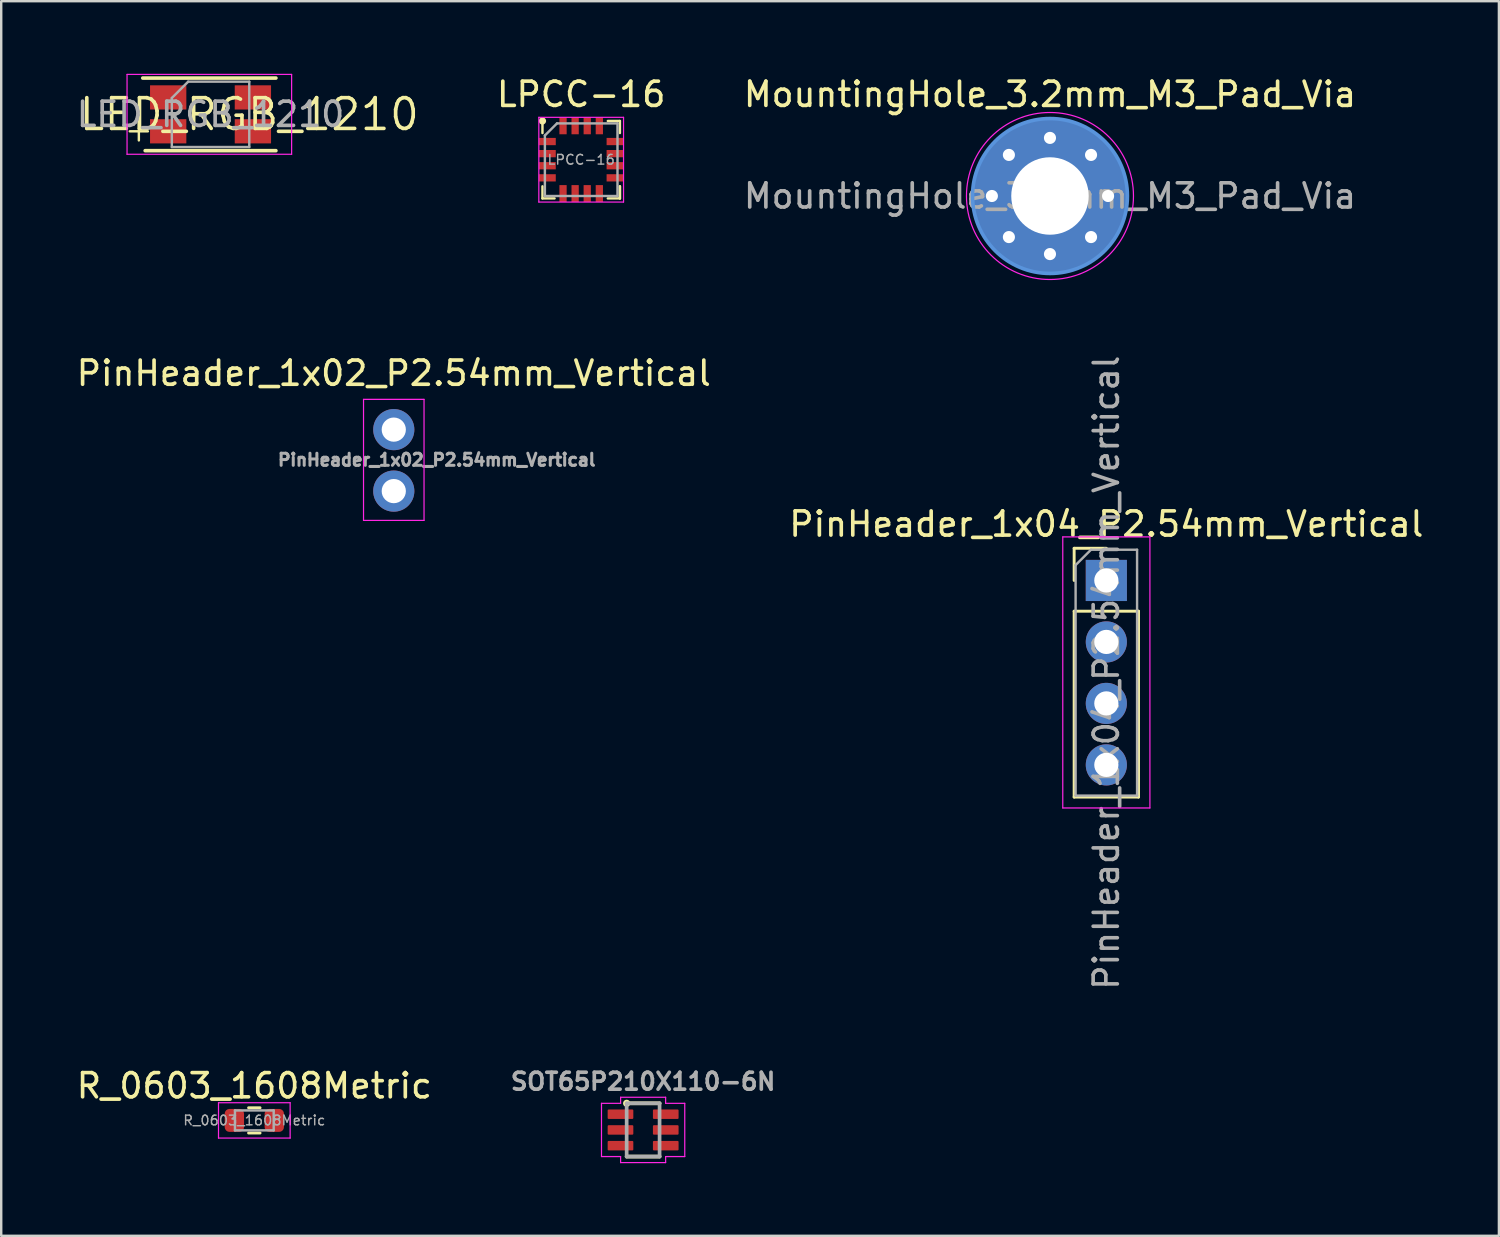
<source format=kicad_pcb>
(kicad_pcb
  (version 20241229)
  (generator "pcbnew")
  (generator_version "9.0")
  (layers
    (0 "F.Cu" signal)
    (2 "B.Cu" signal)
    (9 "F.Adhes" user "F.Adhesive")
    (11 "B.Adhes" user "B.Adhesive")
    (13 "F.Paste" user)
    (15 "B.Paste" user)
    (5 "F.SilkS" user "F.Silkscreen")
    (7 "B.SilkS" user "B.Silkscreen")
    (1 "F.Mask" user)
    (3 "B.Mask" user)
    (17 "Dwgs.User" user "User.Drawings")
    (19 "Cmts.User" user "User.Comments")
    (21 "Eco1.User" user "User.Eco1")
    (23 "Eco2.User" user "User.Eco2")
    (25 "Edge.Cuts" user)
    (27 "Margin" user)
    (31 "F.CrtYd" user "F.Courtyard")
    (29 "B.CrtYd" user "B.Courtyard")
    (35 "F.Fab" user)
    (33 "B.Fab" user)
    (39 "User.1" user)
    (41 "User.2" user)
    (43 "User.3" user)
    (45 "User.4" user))
  (footprint "PinHeader_1x04_P2.54mm_Vertical"
    (layer "F.Cu")
    (at 42.661 20.933)
    (property "Reference" "PinHeader_1x04_P2.54mm_Vertical" (at 0 -2.33 0) (layer "F.SilkS") (effects (font (size 1 1) (thickness 0.15))))
    (attr through_hole)
    (fp_line (start -1.33 -1.33) (end 0 -1.33) (stroke (width 0.12) (type solid)) (layer "F.SilkS"))
    (fp_line (start -1.33 0) (end -1.33 -1.33) (stroke (width 0.12) (type solid)) (layer "F.SilkS"))
    (fp_line (start -1.33 1.27) (end -1.33 8.95) (stroke (width 0.12) (type solid)) (layer "F.SilkS"))
    (fp_line (start -1.33 1.27) (end 1.33 1.27) (stroke (width 0.12) (type solid)) (layer "F.SilkS"))
    (fp_line (start -1.33 8.95) (end 1.33 8.95) (stroke (width 0.12) (type solid)) (layer "F.SilkS"))
    (fp_line (start 1.33 1.27) (end 1.33 8.95) (stroke (width 0.12) (type solid)) (layer "F.SilkS"))
    (fp_line (start -1.8 -1.8) (end -1.8 9.4) (stroke (width 0.05) (type solid)) (layer "F.CrtYd"))
    (fp_line (start -1.8 9.4) (end 1.8 9.4) (stroke (width 0.05) (type solid)) (layer "F.CrtYd"))
    (fp_line (start 1.8 -1.8) (end -1.8 -1.8) (stroke (width 0.05) (type solid)) (layer "F.CrtYd"))
    (fp_line (start 1.8 9.4) (end 1.8 -1.8) (stroke (width 0.05) (type solid)) (layer "F.CrtYd"))
    (fp_line (start -1.27 -0.635) (end -0.635 -1.27) (stroke (width 0.1) (type solid)) (layer "F.Fab"))
    (fp_line (start -1.27 8.89) (end -1.27 -0.635) (stroke (width 0.1) (type solid)) (layer "F.Fab"))
    (fp_line (start -0.635 -1.27) (end 1.27 -1.27) (stroke (width 0.1) (type solid)) (layer "F.Fab"))
    (fp_line (start 1.27 -1.27) (end 1.27 8.89) (stroke (width 0.1) (type solid)) (layer "F.Fab"))
    (fp_line (start 1.27 8.89) (end -1.27 8.89) (stroke (width 0.1) (type solid)) (layer "F.Fab"))
    (fp_text user "${REFERENCE}" (at 0 3.81 90) (layer "F.Fab") (effects (font (size 1 1) (thickness 0.15))))
    (pad "1" thru_hole rect (at 0 0) (size 1.7 1.7) (drill 1) (layers "*.Cu" "*.Mask"))
    (pad "2" thru_hole oval (at 0 2.54) (size 1.7 1.7) (drill 1) (layers "*.Cu" "*.Mask"))
    (pad "3" thru_hole oval (at 0 5.08) (size 1.7 1.7) (drill 1) (layers "*.Cu" "*.Mask"))
    (pad "4" thru_hole oval (at 0 7.62) (size 1.7 1.7) (drill 1) (layers "*.Cu" "*.Mask")))
  (footprint "MountingHole_3.2mm_M3_Pad_Via"
    (layer "F.Cu")
    (at 40.332 5.048)
    (property "Reference" "MountingHole_3.2mm_M3_Pad_Via" (at 0 -4.2 0) (layer "F.SilkS") (effects (font (size 1 1) (thickness 0.15))))
    (attr exclude_from_pos_files exclude_from_bom)
    (fp_circle (center 0 0) (end 3.2 0) (stroke (width 0.15) (type solid)) (fill no) (layer "Cmts.User"))
    (fp_circle (center 0 0) (end 3.45 0) (stroke (width 0.05) (type solid)) (fill no) (layer "F.CrtYd"))
    (fp_text user "${REFERENCE}" (at 0 0 0) (layer "F.Fab") (effects (font (size 1 1) (thickness 0.15))))
    (pad "1" thru_hole circle (at -2.4 0) (size 0.8 0.8) (drill 0.5) (layers "*.Cu" "*.Mask"))
    (pad "1" thru_hole circle (at -1.697 -1.697) (size 0.8 0.8) (drill 0.5) (layers "*.Cu" "*.Mask"))
    (pad "1" thru_hole circle (at -1.697 1.697) (size 0.8 0.8) (drill 0.5) (layers "*.Cu" "*.Mask"))
    (pad "1" thru_hole circle (at 0 -2.4) (size 0.8 0.8) (drill 0.5) (layers "*.Cu" "*.Mask"))
    (pad "1" thru_hole circle (at 0 0) (size 6.4 6.4) (drill 3.2) (layers "*.Cu" "*.Mask"))
    (pad "1" thru_hole circle (at 0 2.4) (size 0.8 0.8) (drill 0.5) (layers "*.Cu" "*.Mask"))
    (pad "1" thru_hole circle (at 1.697 -1.697) (size 0.8 0.8) (drill 0.5) (layers "*.Cu" "*.Mask"))
    (pad "1" thru_hole circle (at 1.697 1.697) (size 0.8 0.8) (drill 0.5) (layers "*.Cu" "*.Mask"))
    (pad "1" thru_hole circle (at 2.4 0) (size 0.8 0.8) (drill 0.5) (layers "*.Cu" "*.Mask")))
  (footprint "R_0603_1608Metric"
    (layer "F.Cu")
    (at 7.458 43.242)
    (property "Reference" "R_0603_1608Metric" (at 0 -1.43 180) (layer "F.SilkS") (effects (font (size 1 1) (thickness 0.15))))
    (attr smd)
    (fp_line (start -0.237 -0.522) (end 0.237 -0.522) (stroke (width 0.12) (type solid)) (layer "F.SilkS"))
    (fp_line (start -0.237 0.522) (end 0.237 0.522) (stroke (width 0.12) (type solid)) (layer "F.SilkS"))
    (fp_line (start -1.48 -0.73) (end 1.48 -0.73) (stroke (width 0.05) (type solid)) (layer "F.CrtYd"))
    (fp_line (start -1.48 0.73) (end -1.48 -0.73) (stroke (width 0.05) (type solid)) (layer "F.CrtYd"))
    (fp_line (start 1.48 -0.73) (end 1.48 0.73) (stroke (width 0.05) (type solid)) (layer "F.CrtYd"))
    (fp_line (start 1.48 0.73) (end -1.48 0.73) (stroke (width 0.05) (type solid)) (layer "F.CrtYd"))
    (fp_line (start -0.8 -0.412) (end 0.8 -0.412) (stroke (width 0.1) (type solid)) (layer "F.Fab"))
    (fp_line (start -0.8 0.412) (end -0.8 -0.412) (stroke (width 0.1) (type solid)) (layer "F.Fab"))
    (fp_line (start 0.8 -0.412) (end 0.8 0.412) (stroke (width 0.1) (type solid)) (layer "F.Fab"))
    (fp_line (start 0.8 0.412) (end -0.8 0.412) (stroke (width 0.1) (type solid)) (layer "F.Fab"))
    (fp_text user "${REFERENCE}" (at 0 0 180) (layer "F.Fab") (effects (font (size 0.4 0.4) (thickness 0.06))))
    (pad "1" smd roundrect (at -0.825 0) (size 0.8 0.95) (layers "F.Cu" "F.Mask" "F.Paste") (roundrect_rratio 0.25))
    (pad "2" smd roundrect (at 0.825 0) (size 0.8 0.95) (layers "F.Cu" "F.Mask" "F.Paste") (roundrect_rratio 0.25)))
  (footprint "PinHeader_1x02_P2.54mm_Vertical"
    (layer "F.Cu")
    (at 13.22 14.701)
    (property "Reference" "PinHeader_1x02_P2.54mm_Vertical" (at 0 -2.33 0) (layer "F.SilkS") (effects (font (size 1 1) (thickness 0.15))))
    (attr through_hole exclude_from_bom)
    (fp_line (start -1.25 -1.25) (end -1.25 3.75) (stroke (width 0.05) (type solid)) (layer "F.CrtYd"))
    (fp_line (start -1.25 3.75) (end 1.25 3.75) (stroke (width 0.05) (type solid)) (layer "F.CrtYd"))
    (fp_line (start 1.25 -1.25) (end -1.25 -1.25) (stroke (width 0.05) (type solid)) (layer "F.CrtYd"))
    (fp_line (start 1.25 3.75) (end 1.25 -1.25) (stroke (width 0.05) (type solid)) (layer "F.CrtYd"))
    (fp_text user "${REFERENCE}" (at 1.775 1.25 0) (layer "F.Fab") (effects (font (size 0.5 0.5) (thickness 0.125))))
    (pad "1" thru_hole circle (at 0 0) (size 1.7 1.7) (drill 1) (layers "*.Cu" "*.Mask"))
    (pad "2" thru_hole oval (at 0 2.54) (size 1.7 1.7) (drill 1) (layers "*.Cu" "*.Mask")))
  (footprint "LPCC-16"
    (layer "F.Cu")
    (at 20.963 3.548)
    (property "Reference" "LPCC-16" (at 0 -2.7 0) (layer "F.SilkS") (effects (font (size 1 1) (thickness 0.15))))
    (attr smd)
    (fp_line (start -1.6 -1.6) (end -1.6 -1.1) (stroke (width 0.1) (type solid)) (layer "F.SilkS"))
    (fp_line (start -1.6 1.6) (end -1.6 1.1) (stroke (width 0.1) (type solid)) (layer "F.SilkS"))
    (fp_line (start -1.6 1.6) (end -1.1 1.6) (stroke (width 0.1) (type solid)) (layer "F.SilkS"))
    (fp_line (start 1.1 -1.6) (end 1.6 -1.6) (stroke (width 0.1) (type solid)) (layer "F.SilkS"))
    (fp_line (start 1.6 -1.6) (end 1.6 -1.1) (stroke (width 0.1) (type solid)) (layer "F.SilkS"))
    (fp_line (start 1.6 1.1) (end 1.6 1.6) (stroke (width 0.1) (type solid)) (layer "F.SilkS"))
    (fp_line (start 1.6 1.6) (end 1.1 1.6) (stroke (width 0.1) (type solid)) (layer "F.SilkS"))
    (fp_line (start 1.6 1.6) (end 1.6 1.1) (stroke (width 0.1) (type solid)) (layer "F.SilkS"))
    (fp_circle (center -1.6 -1.6) (end -1.5 -1.6) (stroke (width 0.1) (type solid)) (fill yes) (layer "F.SilkS"))
    (fp_line (start -1.75 -1.75) (end 1.75 -1.75) (stroke (width 0.05) (type solid)) (layer "F.CrtYd"))
    (fp_line (start -1.75 1.75) (end -1.75 -1.75) (stroke (width 0.05) (type solid)) (layer "F.CrtYd"))
    (fp_line (start 1.75 -1.75) (end 1.75 1.75) (stroke (width 0.05) (type solid)) (layer "F.CrtYd"))
    (fp_line (start 1.75 1.75) (end -1.75 1.75) (stroke (width 0.05) (type solid)) (layer "F.CrtYd"))
    (fp_line (start -1.5 -1) (end -1 -1.5) (stroke (width 0.1) (type solid)) (layer "F.Fab"))
    (fp_line (start -1.5 1.5) (end -1.5 -1) (stroke (width 0.1) (type solid)) (layer "F.Fab"))
    (fp_line (start -1 -1.5) (end 1.5 -1.5) (stroke (width 0.1) (type solid)) (layer "F.Fab"))
    (fp_line (start 1.5 -1.5) (end 1.5 1.5) (stroke (width 0.1) (type solid)) (layer "F.Fab"))
    (fp_line (start 1.5 1.5) (end -1.5 1.5) (stroke (width 0.1) (type solid)) (layer "F.Fab"))
    (fp_text user "${REFERENCE}" (at 0 0 0) (layer "F.Fab") (effects (font (size 0.4 0.4) (thickness 0.06))))
    (pad "1" smd rect (at -1.4 -0.75 90) (size 0.3 0.7) (layers "F.Cu" "F.Mask" "F.Paste"))
    (pad "2" smd rect (at -1.4 -0.25 90) (size 0.3 0.7) (layers "F.Cu" "F.Mask" "F.Paste"))
    (pad "3" smd rect (at -1.4 0.25 90) (size 0.3 0.7) (layers "F.Cu" "F.Mask" "F.Paste"))
    (pad "4" smd rect (at -1.4 0.75 90) (size 0.3 0.7) (layers "F.Cu" "F.Mask" "F.Paste"))
    (pad "5" smd rect (at -0.75 1.4) (size 0.3 0.7) (layers "F.Cu" "F.Mask" "F.Paste"))
    (pad "6" smd rect (at -0.25 1.4) (size 0.3 0.7) (layers "F.Cu" "F.Mask" "F.Paste"))
    (pad "7" smd rect (at 0.25 1.4) (size 0.3 0.7) (layers "F.Cu" "F.Mask" "F.Paste"))
    (pad "8" smd rect (at 0.75 1.4) (size 0.3 0.7) (layers "F.Cu" "F.Mask" "F.Paste"))
    (pad "9" smd rect (at 1.4 0.75 90) (size 0.3 0.7) (layers "F.Cu" "F.Mask" "F.Paste"))
    (pad "10" smd rect (at 1.4 0.25 90) (size 0.3 0.7) (layers "F.Cu" "F.Mask" "F.Paste"))
    (pad "11" smd rect (at 1.4 -0.25 90) (size 0.3 0.7) (layers "F.Cu" "F.Mask" "F.Paste"))
    (pad "12" smd rect (at 1.4 -0.75 90) (size 0.3 0.7) (layers "F.Cu" "F.Mask" "F.Paste"))
    (pad "13" smd rect (at 0.75 -1.4) (size 0.3 0.7) (layers "F.Cu" "F.Mask" "F.Paste"))
    (pad "14" smd rect (at 0.25 -1.4) (size 0.3 0.7) (layers "F.Cu" "F.Mask" "F.Paste"))
    (pad "15" smd rect (at -0.25 -1.4) (size 0.3 0.7) (layers "F.Cu" "F.Mask" "F.Paste"))
    (pad "16" smd rect (at -0.75 -1.4) (size 0.3 0.7) (layers "F.Cu" "F.Mask" "F.Paste")))
  (footprint "LED_RGB_1210"
    (layer "F.Cu")
    (at 7.249 1.675)
    (property "Reference" "LED_RGB_1210" (at 0 0 0) (layer "F.SilkS") (effects (font (size 1.27 1.27) (thickness 0.15))))
    (fp_line (start -4.938 0.7) (end -4.188 0.7) (stroke (width 0.1) (type default)) (layer "F.SilkS"))
    (fp_line (start -4.562 0.327) (end -4.562 1.077) (stroke (width 0.1) (type default)) (layer "F.SilkS"))
    (fp_line (start 1.1 -1.5) (end -4.4 -1.5) (stroke (width 0.15) (type solid)) (layer "F.SilkS"))
    (fp_line (start 1.1 1.5) (end -4.3 1.5) (stroke (width 0.15) (type solid)) (layer "F.SilkS"))
    (fp_line (start -5.05 -1.65) (end -5.05 1.65) (stroke (width 0.05) (type solid)) (layer "F.CrtYd"))
    (fp_line (start -5.05 1.65) (end 1.75 1.65) (stroke (width 0.05) (type solid)) (layer "F.CrtYd"))
    (fp_line (start 1.75 -1.65) (end -5.05 -1.65) (stroke (width 0.05) (type solid)) (layer "F.CrtYd"))
    (fp_line (start 1.75 1.65) (end 1.75 -1.65) (stroke (width 0.05) (type solid)) (layer "F.CrtYd"))
    (fp_line (start -3.2 -0.675) (end -2.525 -1.35) (stroke (width 0.1) (type solid)) (layer "F.Fab"))
    (fp_line (start -3.2 1.35) (end -3.2 -0.675) (stroke (width 0.1) (type solid)) (layer "F.Fab"))
    (fp_line (start -2.525 -1.35) (end 0 -1.35) (stroke (width 0.1) (type solid)) (layer "F.Fab"))
    (fp_line (start 0 -1.35) (end 0 1.35) (stroke (width 0.1) (type solid)) (layer "F.Fab"))
    (fp_line (start 0 1.35) (end -3.2 1.35) (stroke (width 0.1) (type solid)) (layer "F.Fab"))
    (fp_text user "${REFERENCE}" (at -1.6 0 0) (layer "F.Fab") (effects (font (size 1 1) (thickness 0.15))))
    (pad "1" smd rect (at -3.35 -0.7 180) (size 1.5 1) (layers "F.Cu" "F.Mask" "F.Paste"))
    (pad "2" smd rect (at 0.15 -0.7 180) (size 1.5 1) (layers "F.Cu" "F.Mask" "F.Paste"))
    (pad "3" smd rect (at -3.35 0.7 180) (size 1.5 1) (layers "F.Cu" "F.Mask" "F.Paste"))
    (pad "4" smd rect (at 0.15 0.7 180) (size 1.5 1) (layers "F.Cu" "F.Mask" "F.Paste")))
  (footprint "SOT65P210X110-6N"
    (layer "F.Cu")
    (at 23.522 43.636)
    (property "Reference" "SOT65P210X110-6N" (at 0 -2 0) (layer "F.Fab") (effects (font (size 0.7 0.7) (thickness 0.15))))
    (attr smd)
    (fp_line (start -0.68 1.1) (end 0.68 1.1) (stroke (width 0.152) (type solid)) (layer "F.SilkS"))
    (fp_line (start 0.68 -1.1) (end -0.68 -1.1) (stroke (width 0.152) (type solid)) (layer "F.SilkS"))
    (fp_circle (center -0.68 -1.1) (end -0.58 -1.1) (stroke (width 0.1) (type solid)) (fill yes) (layer "F.SilkS"))
    (fp_line (start -1.72 -1.1) (end -0.93 -1.1) (stroke (width 0.05) (type solid)) (layer "F.CrtYd"))
    (fp_line (start -1.72 1.1) (end -1.72 -1.1) (stroke (width 0.05) (type solid)) (layer "F.CrtYd"))
    (fp_line (start -0.93 -1.35) (end 0.93 -1.35) (stroke (width 0.05) (type solid)) (layer "F.CrtYd"))
    (fp_line (start -0.93 -1.1) (end -0.93 -1.35) (stroke (width 0.05) (type solid)) (layer "F.CrtYd"))
    (fp_line (start -0.93 1.1) (end -1.72 1.1) (stroke (width 0.05) (type solid)) (layer "F.CrtYd"))
    (fp_line (start -0.93 1.35) (end -0.93 1.1) (stroke (width 0.05) (type solid)) (layer "F.CrtYd"))
    (fp_line (start 0.93 -1.35) (end 0.93 -1.1) (stroke (width 0.05) (type solid)) (layer "F.CrtYd"))
    (fp_line (start 0.93 -1.1) (end 1.72 -1.1) (stroke (width 0.05) (type solid)) (layer "F.CrtYd"))
    (fp_line (start 0.93 1.1) (end 0.93 1.35) (stroke (width 0.05) (type solid)) (layer "F.CrtYd"))
    (fp_line (start 0.93 1.35) (end -0.93 1.35) (stroke (width 0.05) (type solid)) (layer "F.CrtYd"))
    (fp_line (start 1.72 -1.1) (end 1.72 1.1) (stroke (width 0.05) (type solid)) (layer "F.CrtYd"))
    (fp_line (start 1.72 1.1) (end 0.93 1.1) (stroke (width 0.05) (type solid)) (layer "F.CrtYd"))
    (fp_line (start -0.68 -1.1) (end -0.68 1.1) (stroke (width 0.152) (type solid)) (layer "F.Fab"))
    (fp_line (start -0.68 1.1) (end 0.68 1.1) (stroke (width 0.152) (type solid)) (layer "F.Fab"))
    (fp_line (start 0.68 -1.1) (end -0.68 -1.1) (stroke (width 0.152) (type solid)) (layer "F.Fab"))
    (fp_line (start 0.68 1.1) (end 0.68 -1.1) (stroke (width 0.152) (type solid)) (layer "F.Fab"))
    (pad "1" smd roundrect (at -0.935 -0.65) (size 1.06 0.39) (layers "F.Cu" "F.Mask" "F.Paste") (roundrect_rratio 0.1))
    (pad "2" smd roundrect (at -0.935 0) (size 1.06 0.39) (layers "F.Cu" "F.Mask" "F.Paste") (roundrect_rratio 0.1))
    (pad "3" smd roundrect (at -0.935 0.65) (size 1.06 0.39) (layers "F.Cu" "F.Mask" "F.Paste") (roundrect_rratio 0.1))
    (pad "4" smd roundrect (at 0.935 0.65) (size 1.06 0.39) (layers "F.Cu" "F.Mask" "F.Paste") (roundrect_rratio 0.1))
    (pad "5" smd roundrect (at 0.935 0) (size 1.06 0.39) (layers "F.Cu" "F.Mask" "F.Paste") (roundrect_rratio 0.1))
    (pad "6" smd roundrect (at 0.935 -0.65) (size 1.06 0.39) (layers "F.Cu" "F.Mask" "F.Paste") (roundrect_rratio 0.1)))
  (gr_rect
    (start -3 -3)
    (end 58.881 48.011)
    (stroke (width 0.1) (type default))
    (fill no)
    (layer "Edge.Cuts")))
</source>
